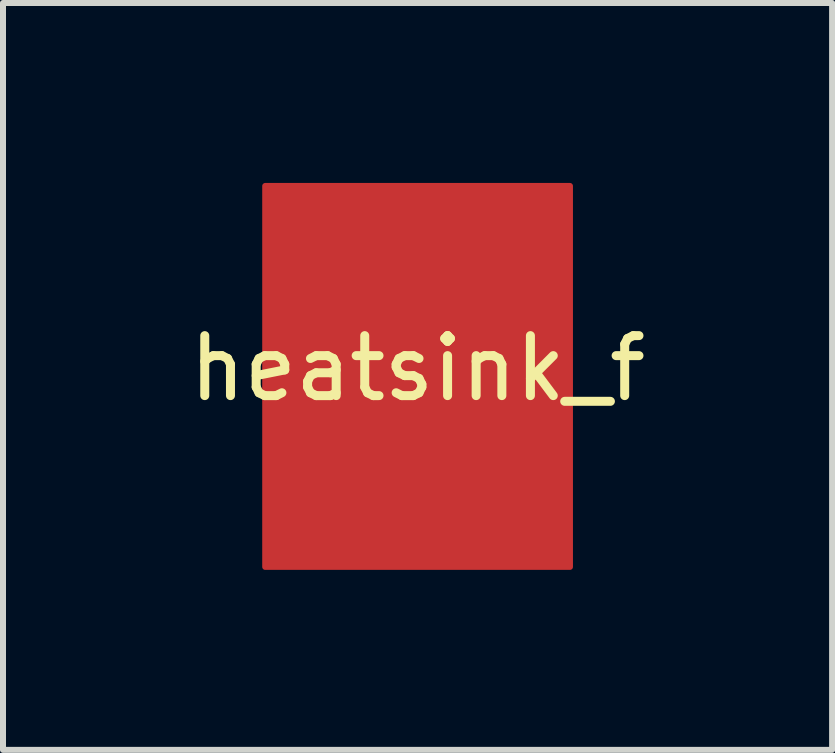
<source format=kicad_pcb>
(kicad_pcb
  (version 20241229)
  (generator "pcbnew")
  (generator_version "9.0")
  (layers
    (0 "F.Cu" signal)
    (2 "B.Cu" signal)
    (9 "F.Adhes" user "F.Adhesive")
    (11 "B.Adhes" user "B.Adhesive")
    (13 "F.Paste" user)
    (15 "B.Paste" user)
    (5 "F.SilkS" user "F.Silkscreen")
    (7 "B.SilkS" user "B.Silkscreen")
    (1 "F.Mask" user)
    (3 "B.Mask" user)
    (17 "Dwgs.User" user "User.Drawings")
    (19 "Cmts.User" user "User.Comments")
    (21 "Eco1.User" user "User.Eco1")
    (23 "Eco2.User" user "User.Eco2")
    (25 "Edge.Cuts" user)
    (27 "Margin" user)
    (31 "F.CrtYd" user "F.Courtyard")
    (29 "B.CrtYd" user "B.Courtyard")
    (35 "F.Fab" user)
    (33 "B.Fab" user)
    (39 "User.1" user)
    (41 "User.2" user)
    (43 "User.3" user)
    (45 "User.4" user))
  (footprint "heatsink_f"
    (layer "F.Cu")
    (at 3.911 2.59)
    (property "Reference" "heatsink_f" (at 0 0.5 0) (layer "F.SilkS") (effects (font (size 1 1) (thickness 0.15))))
    (attr through_hole)
    (fp_poly (pts (xy 2.54 3.81) (xy -2.54 3.81) (xy -2.54 -2.54) (xy 2.54 -2.54)) (stroke (width 0.1) (type solid)) (fill yes) (layer "F.Cu")))
  (gr_rect
    (start -3 -3)
    (end 10.821 9.45)
    (stroke (width 0.1) (type default))
    (fill no)
    (layer "Edge.Cuts")))
</source>
